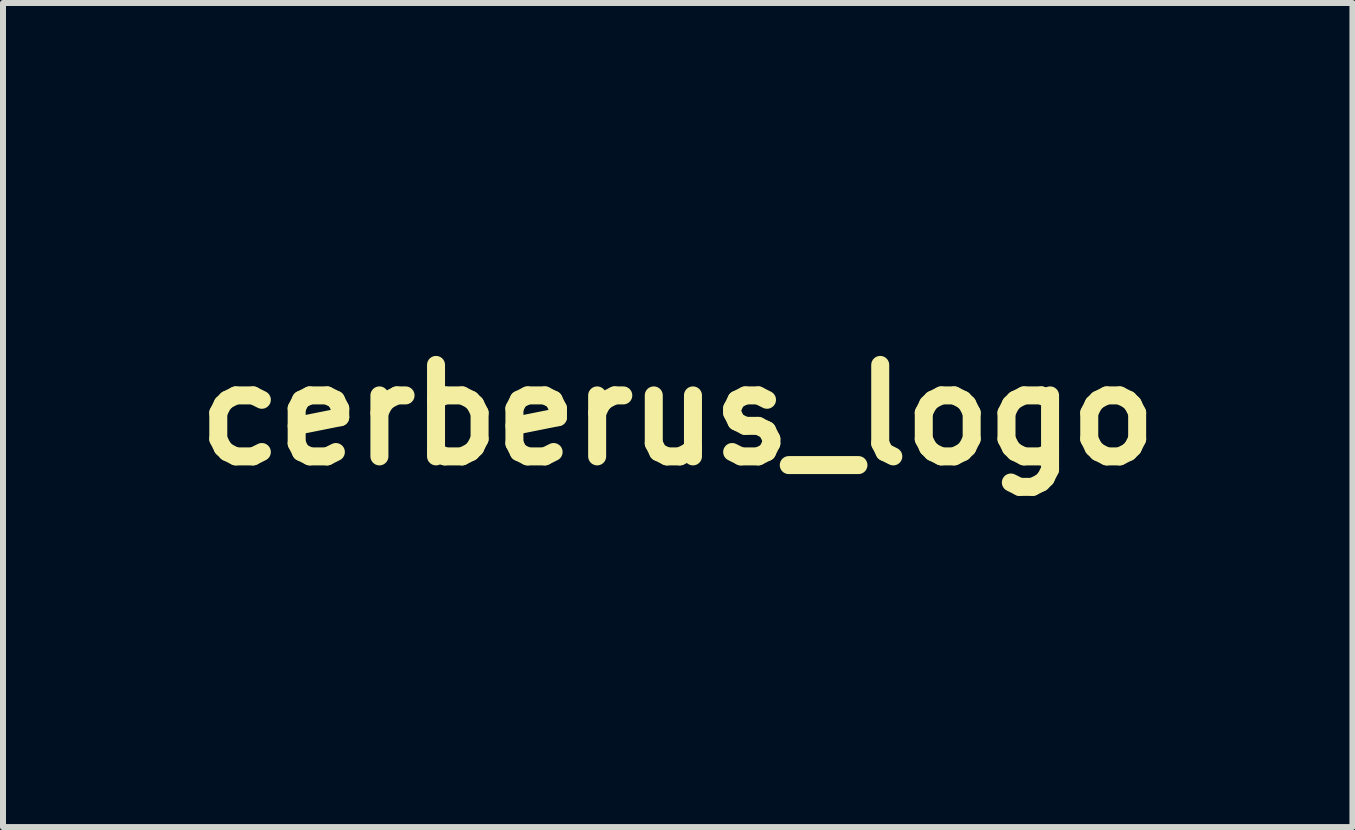
<source format=kicad_pcb>
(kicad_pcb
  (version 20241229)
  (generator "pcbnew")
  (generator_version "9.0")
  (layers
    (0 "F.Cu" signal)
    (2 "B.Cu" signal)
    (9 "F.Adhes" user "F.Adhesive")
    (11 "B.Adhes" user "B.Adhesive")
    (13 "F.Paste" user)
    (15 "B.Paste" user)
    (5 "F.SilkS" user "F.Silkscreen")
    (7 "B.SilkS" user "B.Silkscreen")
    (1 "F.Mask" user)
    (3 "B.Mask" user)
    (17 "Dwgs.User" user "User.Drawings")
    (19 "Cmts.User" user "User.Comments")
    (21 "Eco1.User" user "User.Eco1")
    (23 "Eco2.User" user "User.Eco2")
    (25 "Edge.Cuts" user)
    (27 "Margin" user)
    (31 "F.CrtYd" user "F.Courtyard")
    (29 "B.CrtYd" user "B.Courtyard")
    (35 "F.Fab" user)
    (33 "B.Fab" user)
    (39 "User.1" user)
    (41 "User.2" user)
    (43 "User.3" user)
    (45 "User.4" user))
  (footprint "cerberus_logo"
    (layer "F.Cu")
    (at 8.244 3.866)
    (property "Reference" "cerberus_logo" (at 0 0 0) (layer "F.SilkS") (effects (font (size 1.524 1.524) (thickness 0.3))))
    (attr through_hole)
    (fp_poly (pts (xy -2.672 0.102) (xy -3.211 0.102) (xy -3.211 -0.152) (xy -2.672 -0.152) (xy -2.672 0.102)) (stroke (width 0.01) (type solid)) (fill no) (layer "Eco2.User"))
    (fp_poly (pts (xy -2.611 0.61) (xy -3.221 0.61) (xy -3.221 0.335) (xy -2.611 0.335) (xy -2.611 0.61)) (stroke (width 0.01) (type solid)) (fill no) (layer "Eco2.User"))
    (fp_poly (pts (xy 1.026 0.61) (xy 0.417 0.61) (xy 0.417 0.335) (xy 1.026 0.335) (xy 1.026 0.61)) (stroke (width 0.01) (type solid)) (fill no) (layer "Eco2.User"))
    (fp_poly (pts (xy 0.965 0.102) (xy 0.696 0.102) (xy 0.611 0.101) (xy 0.545 0.101) (xy 0.495 0.1) (xy 0.46 0.098) (xy 0.437 0.095) (xy 0.425 0.092) (xy 0.421 0.088) (xy 0.419 0.073) (xy 0.418 0.042) (xy 0.418 0.001) (xy 0.419 -0.036) (xy 0.422 -0.147) (xy 0.965 -0.153) (xy 0.965 0.102)) (stroke (width 0.01) (type solid)) (fill no) (layer "Eco2.User"))
    (fp_poly (pts (xy -2.626 -0.34) (xy -2.919 -0.338) (xy -3.006 -0.337) (xy -3.076 -0.337) (xy -3.129 -0.337) (xy -3.167 -0.339) (xy -3.193 -0.341) (xy -3.209 -0.344) (xy -3.216 -0.347) (xy -3.216 -0.348) (xy -3.218 -0.364) (xy -3.219 -0.394) (xy -3.219 -0.436) (xy -3.219 -0.478) (xy -3.216 -0.594) (xy -2.626 -0.594) (xy -2.626 -0.34)) (stroke (width 0.01) (type solid)) (fill no) (layer "Eco2.User"))
    (fp_poly (pts (xy 1.006 -0.335) (xy 0.716 -0.335) (xy 0.628 -0.335) (xy 0.559 -0.336) (xy 0.506 -0.337) (xy 0.467 -0.339) (xy 0.442 -0.341) (xy 0.427 -0.344) (xy 0.421 -0.348) (xy 0.421 -0.349) (xy 0.419 -0.364) (xy 0.418 -0.394) (xy 0.418 -0.436) (xy 0.419 -0.478) (xy 0.422 -0.594) (xy 1.006 -0.6) (xy 1.006 -0.335)) (stroke (width 0.01) (type solid)) (fill no) (layer "Eco2.User"))
    (fp_poly (pts (xy -3.373 -2.54) (xy -3.564 -2.541) (xy -3.625 -2.541) (xy -3.681 -2.543) (xy -3.727 -2.545) (xy -3.76 -2.547) (xy -3.776 -2.55) (xy -3.799 -2.566) (xy -3.813 -2.593) (xy -3.819 -2.634) (xy -3.82 -2.661) (xy -3.819 -2.696) (xy -3.814 -2.718) (xy -3.804 -2.734) (xy -3.793 -2.742) (xy -3.783 -2.75) (xy -3.771 -2.755) (xy -3.753 -2.759) (xy -3.728 -2.761) (xy -3.692 -2.763) (xy -3.642 -2.763) (xy -3.575 -2.764) (xy -3.373 -2.764) (xy -3.373 -2.54)) (stroke (width 0.01) (type solid)) (fill no) (layer "Eco2.User"))
    (fp_poly (pts (xy -3.373 1.951) (xy -3.564 1.95) (xy -3.637 1.95) (xy -3.697 1.948) (xy -3.741 1.945) (xy -3.768 1.941) (xy -3.774 1.939) (xy -3.799 1.921) (xy -3.813 1.897) (xy -3.819 1.862) (xy -3.82 1.833) (xy -3.819 1.796) (xy -3.815 1.774) (xy -3.805 1.759) (xy -3.793 1.748) (xy -3.783 1.741) (xy -3.771 1.736) (xy -3.753 1.732) (xy -3.728 1.729) (xy -3.692 1.728) (xy -3.642 1.727) (xy -3.575 1.727) (xy -3.373 1.727) (xy -3.373 1.951)) (stroke (width 0.01) (type solid)) (fill no) (layer "Eco2.User"))
    (fp_poly (pts (xy -2.54 3.602) (xy -2.54 3.681) (xy -2.542 3.742) (xy -2.547 3.788) (xy -2.555 3.82) (xy -2.568 3.841) (xy -2.587 3.853) (xy -2.612 3.859) (xy -2.646 3.861) (xy -2.662 3.861) (xy -2.697 3.86) (xy -2.719 3.855) (xy -2.735 3.843) (xy -2.742 3.834) (xy -2.75 3.824) (xy -2.755 3.811) (xy -2.759 3.794) (xy -2.761 3.769) (xy -2.763 3.733) (xy -2.763 3.682) (xy -2.764 3.615) (xy -2.764 3.414) (xy -2.54 3.414) (xy -2.54 3.602)) (stroke (width 0.01) (type solid)) (fill no) (layer "Eco2.User"))
    (fp_poly (pts (xy -0.58 -3.86) (xy -0.552 -3.855) (xy -0.532 -3.844) (xy -0.517 -3.825) (xy -0.507 -3.795) (xy -0.502 -3.753) (xy -0.499 -3.695) (xy -0.498 -3.62) (xy -0.498 -3.595) (xy -0.498 -3.414) (xy -0.721 -3.414) (xy -0.721 -3.615) (xy -0.721 -3.684) (xy -0.721 -3.735) (xy -0.72 -3.772) (xy -0.718 -3.798) (xy -0.714 -3.815) (xy -0.709 -3.826) (xy -0.703 -3.834) (xy -0.698 -3.839) (xy -0.678 -3.852) (xy -0.652 -3.859) (xy -0.616 -3.861) (xy -0.58 -3.86)) (stroke (width 0.01) (type solid)) (fill no) (layer "Eco2.User"))
    (fp_poly (pts (xy 1.868 -3.86) (xy 1.896 -3.856) (xy 1.917 -3.846) (xy 1.932 -3.829) (xy 1.941 -3.801) (xy 1.947 -3.76) (xy 1.95 -3.705) (xy 1.951 -3.633) (xy 1.951 -3.602) (xy 1.951 -3.414) (xy 1.727 -3.414) (xy 1.727 -3.615) (xy 1.727 -3.684) (xy 1.728 -3.735) (xy 1.729 -3.772) (xy 1.731 -3.798) (xy 1.734 -3.815) (xy 1.739 -3.826) (xy 1.746 -3.834) (xy 1.751 -3.839) (xy 1.771 -3.853) (xy 1.798 -3.859) (xy 1.831 -3.861) (xy 1.868 -3.86)) (stroke (width 0.01) (type solid)) (fill no) (layer "Eco2.User"))
    (fp_poly (pts (xy -3.373 -1.727) (xy -3.57 -1.727) (xy -3.638 -1.727) (xy -3.689 -1.728) (xy -3.726 -1.729) (xy -3.752 -1.732) (xy -3.77 -1.735) (xy -3.782 -1.741) (xy -3.793 -1.748) (xy -3.793 -1.748) (xy -3.809 -1.763) (xy -3.817 -1.781) (xy -3.82 -1.808) (xy -3.82 -1.829) (xy -3.819 -1.866) (xy -3.815 -1.895) (xy -3.806 -1.916) (xy -3.789 -1.931) (xy -3.761 -1.941) (xy -3.721 -1.947) (xy -3.667 -1.95) (xy -3.595 -1.951) (xy -3.562 -1.951) (xy -3.373 -1.951) (xy -3.373 -1.727)) (stroke (width 0.01) (type solid)) (fill no) (layer "Eco2.User"))
    (fp_poly (pts (xy -2.625 -3.86) (xy -2.596 -3.856) (xy -2.574 -3.847) (xy -2.559 -3.829) (xy -2.549 -3.802) (xy -2.544 -3.762) (xy -2.541 -3.707) (xy -2.54 -3.635) (xy -2.54 -3.602) (xy -2.54 -3.414) (xy -2.764 -3.414) (xy -2.764 -3.611) (xy -2.763 -3.679) (xy -2.763 -3.73) (xy -2.761 -3.767) (xy -2.759 -3.793) (xy -2.755 -3.81) (xy -2.75 -3.823) (xy -2.743 -3.833) (xy -2.742 -3.834) (xy -2.728 -3.849) (xy -2.71 -3.858) (xy -2.683 -3.861) (xy -2.662 -3.861) (xy -2.625 -3.86)) (stroke (width 0.01) (type solid)) (fill no) (layer "Eco2.User"))
    (fp_poly (pts (xy -1.388 -3.859) (xy -1.364 -3.853) (xy -1.347 -3.841) (xy -1.343 -3.837) (xy -1.335 -3.828) (xy -1.33 -3.818) (xy -1.326 -3.803) (xy -1.323 -3.78) (xy -1.322 -3.747) (xy -1.321 -3.701) (xy -1.321 -3.638) (xy -1.321 -3.614) (xy -1.321 -3.414) (xy -1.544 -3.414) (xy -1.544 -3.595) (xy -1.544 -3.676) (xy -1.542 -3.738) (xy -1.537 -3.784) (xy -1.528 -3.818) (xy -1.515 -3.839) (xy -1.496 -3.852) (xy -1.47 -3.859) (xy -1.437 -3.861) (xy -1.425 -3.861) (xy -1.388 -3.859)) (stroke (width 0.01) (type solid)) (fill no) (layer "Eco2.User"))
    (fp_poly (pts (xy -0.498 3.595) (xy -0.498 3.676) (xy -0.5 3.738) (xy -0.505 3.784) (xy -0.514 3.818) (xy -0.527 3.839) (xy -0.546 3.852) (xy -0.572 3.859) (xy -0.605 3.861) (xy -0.617 3.861) (xy -0.654 3.859) (xy -0.678 3.853) (xy -0.695 3.841) (xy -0.699 3.837) (xy -0.707 3.828) (xy -0.712 3.818) (xy -0.716 3.803) (xy -0.719 3.78) (xy -0.72 3.747) (xy -0.721 3.701) (xy -0.721 3.638) (xy -0.721 3.614) (xy -0.721 3.414) (xy -0.498 3.414) (xy -0.498 3.595)) (stroke (width 0.01) (type solid)) (fill no) (layer "Eco2.User"))
    (fp_poly (pts (xy 0.655 -3.86) (xy 0.677 -3.855) (xy 0.692 -3.843) (xy 0.7 -3.834) (xy 0.708 -3.824) (xy 0.713 -3.811) (xy 0.717 -3.794) (xy 0.719 -3.769) (xy 0.721 -3.733) (xy 0.721 -3.682) (xy 0.721 -3.615) (xy 0.721 -3.611) (xy 0.721 -3.414) (xy 0.498 -3.414) (xy 0.498 -3.602) (xy 0.498 -3.681) (xy 0.5 -3.742) (xy 0.505 -3.788) (xy 0.513 -3.82) (xy 0.526 -3.841) (xy 0.545 -3.853) (xy 0.57 -3.859) (xy 0.604 -3.861) (xy 0.62 -3.861) (xy 0.655 -3.86)) (stroke (width 0.01) (type solid)) (fill no) (layer "Eco2.User"))
    (fp_poly (pts (xy 1.951 3.602) (xy 1.95 3.681) (xy 1.948 3.742) (xy 1.944 3.788) (xy 1.936 3.82) (xy 1.923 3.841) (xy 1.904 3.853) (xy 1.878 3.859) (xy 1.845 3.861) (xy 1.83 3.861) (xy 1.793 3.859) (xy 1.77 3.853) (xy 1.752 3.84) (xy 1.749 3.837) (xy 1.742 3.828) (xy 1.736 3.818) (xy 1.732 3.803) (xy 1.73 3.78) (xy 1.728 3.747) (xy 1.727 3.701) (xy 1.727 3.638) (xy 1.727 3.614) (xy 1.727 3.414) (xy 1.951 3.414) (xy 1.951 3.602)) (stroke (width 0.01) (type solid)) (fill no) (layer "Eco2.User"))
    (fp_poly (pts (xy 3.64 -2.763) (xy 3.691 -2.763) (xy 3.727 -2.762) (xy 3.752 -2.76) (xy 3.769 -2.756) (xy 3.781 -2.751) (xy 3.79 -2.744) (xy 3.795 -2.739) (xy 3.811 -2.719) (xy 3.818 -2.695) (xy 3.82 -2.659) (xy 3.82 -2.658) (xy 3.819 -2.622) (xy 3.815 -2.594) (xy 3.805 -2.573) (xy 3.787 -2.559) (xy 3.759 -2.549) (xy 3.719 -2.544) (xy 3.663 -2.541) (xy 3.59 -2.54) (xy 3.562 -2.54) (xy 3.373 -2.54) (xy 3.373 -2.764) (xy 3.572 -2.764) (xy 3.64 -2.763)) (stroke (width 0.01) (type solid)) (fill no) (layer "Eco2.User"))
    (fp_poly (pts (xy 3.64 1.727) (xy 3.691 1.728) (xy 3.727 1.729) (xy 3.752 1.731) (xy 3.769 1.734) (xy 3.781 1.74) (xy 3.79 1.747) (xy 3.795 1.752) (xy 3.811 1.772) (xy 3.818 1.796) (xy 3.82 1.831) (xy 3.82 1.833) (xy 3.819 1.869) (xy 3.815 1.897) (xy 3.805 1.917) (xy 3.787 1.932) (xy 3.759 1.942) (xy 3.719 1.947) (xy 3.663 1.95) (xy 3.59 1.951) (xy 3.562 1.951) (xy 3.373 1.951) (xy 3.373 1.727) (xy 3.572 1.727) (xy 3.64 1.727)) (stroke (width 0.01) (type solid)) (fill no) (layer "Eco2.User"))
    (fp_poly (pts (xy 3.641 -1.95) (xy 3.702 -1.948) (xy 3.747 -1.944) (xy 3.779 -1.936) (xy 3.8 -1.923) (xy 3.812 -1.904) (xy 3.818 -1.879) (xy 3.82 -1.846) (xy 3.82 -1.833) (xy 3.818 -1.796) (xy 3.811 -1.772) (xy 3.796 -1.753) (xy 3.795 -1.752) (xy 3.786 -1.744) (xy 3.777 -1.737) (xy 3.763 -1.733) (xy 3.744 -1.73) (xy 3.714 -1.728) (xy 3.672 -1.727) (xy 3.615 -1.727) (xy 3.572 -1.727) (xy 3.373 -1.727) (xy 3.373 -1.951) (xy 3.562 -1.951) (xy 3.641 -1.95)) (stroke (width 0.01) (type solid)) (fill no) (layer "Eco2.User"))
    (fp_poly (pts (xy 3.641 2.54) (xy 3.702 2.542) (xy 3.747 2.547) (xy 3.779 2.555) (xy 3.8 2.568) (xy 3.812 2.586) (xy 3.818 2.612) (xy 3.82 2.645) (xy 3.82 2.658) (xy 3.818 2.694) (xy 3.811 2.718) (xy 3.796 2.738) (xy 3.795 2.739) (xy 3.786 2.747) (xy 3.777 2.753) (xy 3.763 2.758) (xy 3.744 2.761) (xy 3.714 2.762) (xy 3.672 2.763) (xy 3.615 2.764) (xy 3.572 2.764) (xy 3.373 2.764) (xy 3.373 2.54) (xy 3.562 2.54) (xy 3.641 2.54)) (stroke (width 0.01) (type solid)) (fill no) (layer "Eco2.User"))
    (fp_poly (pts (xy 3.643 1.321) (xy 3.695 1.321) (xy 3.732 1.322) (xy 3.757 1.324) (xy 3.774 1.328) (xy 3.785 1.333) (xy 3.794 1.34) (xy 3.798 1.344) (xy 3.814 1.373) (xy 3.821 1.412) (xy 3.82 1.454) (xy 3.811 1.49) (xy 3.797 1.511) (xy 3.788 1.519) (xy 3.777 1.524) (xy 3.76 1.528) (xy 3.736 1.531) (xy 3.7 1.533) (xy 3.65 1.534) (xy 3.583 1.536) (xy 3.574 1.536) (xy 3.373 1.539) (xy 3.373 1.321) (xy 3.575 1.321) (xy 3.643 1.321)) (stroke (width 0.01) (type solid)) (fill no) (layer "Eco2.User"))
    (fp_poly (pts (xy -1.321 3.615) (xy -1.321 3.684) (xy -1.321 3.735) (xy -1.322 3.772) (xy -1.324 3.798) (xy -1.328 3.815) (xy -1.333 3.826) (xy -1.34 3.834) (xy -1.344 3.839) (xy -1.363 3.852) (xy -1.388 3.859) (xy -1.426 3.861) (xy -1.429 3.861) (xy -1.464 3.859) (xy -1.494 3.853) (xy -1.506 3.848) (xy -1.519 3.835) (xy -1.529 3.816) (xy -1.536 3.788) (xy -1.541 3.75) (xy -1.543 3.697) (xy -1.544 3.628) (xy -1.544 3.596) (xy -1.544 3.414) (xy -1.321 3.414) (xy -1.321 3.615)) (stroke (width 0.01) (type solid)) (fill no) (layer "Eco2.User"))
    (fp_poly (pts (xy -0.093 3.618) (xy -0.095 3.687) (xy -0.096 3.739) (xy -0.097 3.776) (xy -0.1 3.802) (xy -0.103 3.819) (xy -0.108 3.829) (xy -0.115 3.837) (xy -0.121 3.841) (xy -0.142 3.854) (xy -0.174 3.86) (xy -0.209 3.861) (xy -0.245 3.86) (xy -0.268 3.856) (xy -0.283 3.846) (xy -0.294 3.834) (xy -0.301 3.824) (xy -0.307 3.811) (xy -0.31 3.794) (xy -0.313 3.769) (xy -0.314 3.733) (xy -0.315 3.682) (xy -0.315 3.615) (xy -0.315 3.414) (xy -0.09 3.414) (xy -0.093 3.618)) (stroke (width 0.01) (type solid)) (fill no) (layer "Eco2.User"))
    (fp_poly (pts (xy 0.721 3.611) (xy 0.721 3.679) (xy 0.721 3.73) (xy 0.719 3.767) (xy 0.717 3.793) (xy 0.713 3.81) (xy 0.708 3.823) (xy 0.701 3.833) (xy 0.7 3.834) (xy 0.686 3.849) (xy 0.67 3.857) (xy 0.645 3.86) (xy 0.616 3.86) (xy 0.581 3.859) (xy 0.553 3.856) (xy 0.541 3.854) (xy 0.527 3.845) (xy 0.516 3.829) (xy 0.508 3.804) (xy 0.503 3.767) (xy 0.499 3.716) (xy 0.498 3.648) (xy 0.498 3.602) (xy 0.498 3.414) (xy 0.721 3.414) (xy 0.721 3.611)) (stroke (width 0.01) (type solid)) (fill no) (layer "Eco2.User"))
    (fp_poly (pts (xy 2.355 3.618) (xy 2.354 3.687) (xy 2.353 3.739) (xy 2.351 3.776) (xy 2.349 3.802) (xy 2.345 3.819) (xy 2.34 3.829) (xy 2.333 3.837) (xy 2.328 3.841) (xy 2.306 3.854) (xy 2.275 3.86) (xy 2.24 3.861) (xy 2.203 3.86) (xy 2.181 3.856) (xy 2.165 3.846) (xy 2.155 3.834) (xy 2.147 3.824) (xy 2.142 3.811) (xy 2.138 3.794) (xy 2.136 3.769) (xy 2.134 3.733) (xy 2.134 3.682) (xy 2.134 3.615) (xy 2.134 3.414) (xy 2.358 3.414) (xy 2.355 3.618)) (stroke (width 0.01) (type solid)) (fill no) (layer "Eco2.User"))
    (fp_poly (pts (xy -3.373 2.357) (xy -3.572 2.357) (xy -3.64 2.357) (xy -3.691 2.357) (xy -3.727 2.356) (xy -3.752 2.353) (xy -3.769 2.35) (xy -3.781 2.345) (xy -3.79 2.338) (xy -3.795 2.332) (xy -3.809 2.315) (xy -3.817 2.295) (xy -3.82 2.266) (xy -3.82 2.241) (xy -3.819 2.205) (xy -3.815 2.182) (xy -3.806 2.166) (xy -3.793 2.155) (xy -3.783 2.147) (xy -3.771 2.142) (xy -3.753 2.138) (xy -3.728 2.136) (xy -3.692 2.134) (xy -3.642 2.134) (xy -3.575 2.134) (xy -3.373 2.134) (xy -3.373 2.357)) (stroke (width 0.01) (type solid)) (fill no) (layer "Eco2.User"))
    (fp_poly (pts (xy -3.373 2.764) (xy -3.57 2.764) (xy -3.638 2.763) (xy -3.689 2.763) (xy -3.726 2.761) (xy -3.752 2.759) (xy -3.77 2.755) (xy -3.782 2.75) (xy -3.793 2.743) (xy -3.793 2.742) (xy -3.808 2.728) (xy -3.816 2.712) (xy -3.82 2.687) (xy -3.82 2.657) (xy -3.818 2.615) (xy -3.811 2.586) (xy -3.801 2.569) (xy -3.794 2.561) (xy -3.785 2.555) (xy -3.772 2.55) (xy -3.753 2.547) (xy -3.723 2.545) (xy -3.68 2.544) (xy -3.622 2.543) (xy -3.577 2.542) (xy -3.373 2.539) (xy -3.373 2.764)) (stroke (width 0.01) (type solid)) (fill no) (layer "Eco2.User"))
    (fp_poly (pts (xy -2.134 3.612) (xy -2.134 3.681) (xy -2.134 3.731) (xy -2.135 3.768) (xy -2.137 3.793) (xy -2.141 3.81) (xy -2.146 3.821) (xy -2.153 3.83) (xy -2.159 3.836) (xy -2.176 3.85) (xy -2.196 3.857) (xy -2.225 3.86) (xy -2.249 3.861) (xy -2.286 3.86) (xy -2.309 3.856) (xy -2.324 3.847) (xy -2.336 3.834) (xy -2.343 3.824) (xy -2.349 3.811) (xy -2.353 3.794) (xy -2.355 3.769) (xy -2.356 3.733) (xy -2.357 3.682) (xy -2.357 3.615) (xy -2.357 3.414) (xy -2.134 3.414) (xy -2.134 3.612)) (stroke (width 0.01) (type solid)) (fill no) (layer "Eco2.User"))
    (fp_poly (pts (xy -1.797 -3.86) (xy -1.774 -3.856) (xy -1.759 -3.846) (xy -1.748 -3.834) (xy -1.741 -3.824) (xy -1.736 -3.811) (xy -1.732 -3.794) (xy -1.729 -3.769) (xy -1.728 -3.733) (xy -1.727 -3.682) (xy -1.727 -3.615) (xy -1.727 -3.611) (xy -1.727 -3.414) (xy -1.952 -3.414) (xy -1.949 -3.618) (xy -1.948 -3.687) (xy -1.946 -3.739) (xy -1.945 -3.776) (xy -1.942 -3.802) (xy -1.939 -3.819) (xy -1.934 -3.829) (xy -1.927 -3.837) (xy -1.922 -3.841) (xy -1.9 -3.854) (xy -1.868 -3.86) (xy -1.833 -3.861) (xy -1.797 -3.86)) (stroke (width 0.01) (type solid)) (fill no) (layer "Eco2.User"))
    (fp_poly (pts (xy -1.727 3.611) (xy -1.727 3.679) (xy -1.728 3.73) (xy -1.729 3.767) (xy -1.732 3.793) (xy -1.735 3.81) (xy -1.741 3.823) (xy -1.748 3.833) (xy -1.748 3.834) (xy -1.762 3.849) (xy -1.779 3.857) (xy -1.804 3.86) (xy -1.833 3.861) (xy -1.876 3.859) (xy -1.905 3.851) (xy -1.922 3.841) (xy -1.93 3.834) (xy -1.936 3.826) (xy -1.94 3.813) (xy -1.943 3.793) (xy -1.945 3.764) (xy -1.947 3.721) (xy -1.948 3.663) (xy -1.949 3.618) (xy -1.952 3.414) (xy -1.727 3.414) (xy -1.727 3.611)) (stroke (width 0.01) (type solid)) (fill no) (layer "Eco2.User"))
    (fp_poly (pts (xy -0.166 -3.859) (xy -0.137 -3.851) (xy -0.121 -3.841) (xy -0.112 -3.834) (xy -0.106 -3.826) (xy -0.102 -3.813) (xy -0.099 -3.793) (xy -0.097 -3.764) (xy -0.095 -3.721) (xy -0.094 -3.663) (xy -0.093 -3.618) (xy -0.09 -3.414) (xy -0.315 -3.414) (xy -0.315 -3.611) (xy -0.315 -3.679) (xy -0.314 -3.73) (xy -0.313 -3.767) (xy -0.311 -3.793) (xy -0.307 -3.81) (xy -0.302 -3.823) (xy -0.294 -3.833) (xy -0.294 -3.834) (xy -0.28 -3.849) (xy -0.263 -3.857) (xy -0.238 -3.86) (xy -0.209 -3.861) (xy -0.166 -3.859)) (stroke (width 0.01) (type solid)) (fill no) (layer "Eco2.User"))
    (fp_poly (pts (xy 2.283 -3.859) (xy 2.311 -3.851) (xy 2.328 -3.841) (xy 2.336 -3.834) (xy 2.342 -3.826) (xy 2.347 -3.813) (xy 2.35 -3.793) (xy 2.352 -3.764) (xy 2.353 -3.721) (xy 2.354 -3.663) (xy 2.355 -3.618) (xy 2.358 -3.414) (xy 2.134 -3.414) (xy 2.134 -3.611) (xy 2.134 -3.679) (xy 2.134 -3.73) (xy 2.136 -3.767) (xy 2.138 -3.793) (xy 2.142 -3.81) (xy 2.147 -3.823) (xy 2.154 -3.833) (xy 2.155 -3.834) (xy 2.169 -3.849) (xy 2.185 -3.857) (xy 2.21 -3.86) (xy 2.24 -3.861) (xy 2.283 -3.859)) (stroke (width 0.01) (type solid)) (fill no) (layer "Eco2.User"))
    (fp_poly (pts (xy -3.373 -2.134) (xy -3.57 -2.134) (xy -3.638 -2.134) (xy -3.689 -2.134) (xy -3.726 -2.136) (xy -3.752 -2.138) (xy -3.77 -2.142) (xy -3.782 -2.147) (xy -3.793 -2.154) (xy -3.793 -2.155) (xy -3.808 -2.168) (xy -3.816 -2.185) (xy -3.82 -2.209) (xy -3.82 -2.241) (xy -3.819 -2.28) (xy -3.814 -2.304) (xy -3.804 -2.322) (xy -3.795 -2.332) (xy -3.786 -2.341) (xy -3.777 -2.347) (xy -3.763 -2.352) (xy -3.744 -2.354) (xy -3.714 -2.356) (xy -3.672 -2.357) (xy -3.615 -2.357) (xy -3.572 -2.357) (xy -3.373 -2.357) (xy -3.373 -2.134)) (stroke (width 0.01) (type solid)) (fill no) (layer "Eco2.User"))
    (fp_poly (pts (xy -2.211 -3.86) (xy -2.186 -3.855) (xy -2.168 -3.845) (xy -2.159 -3.836) (xy -2.15 -3.827) (xy -2.144 -3.817) (xy -2.139 -3.804) (xy -2.136 -3.784) (xy -2.135 -3.755) (xy -2.134 -3.713) (xy -2.134 -3.656) (xy -2.134 -3.612) (xy -2.134 -3.414) (xy -2.357 -3.414) (xy -2.357 -3.611) (xy -2.357 -3.679) (xy -2.356 -3.73) (xy -2.355 -3.767) (xy -2.353 -3.793) (xy -2.349 -3.81) (xy -2.344 -3.823) (xy -2.337 -3.833) (xy -2.336 -3.834) (xy -2.322 -3.849) (xy -2.306 -3.857) (xy -2.281 -3.86) (xy -2.249 -3.861) (xy -2.211 -3.86)) (stroke (width 0.01) (type solid)) (fill no) (layer "Eco2.User"))
    (fp_poly (pts (xy 2.693 -3.86) (xy 2.716 -3.856) (xy 2.731 -3.847) (xy 2.742 -3.834) (xy 2.75 -3.824) (xy 2.755 -3.811) (xy 2.759 -3.794) (xy 2.761 -3.769) (xy 2.763 -3.733) (xy 2.763 -3.682) (xy 2.764 -3.615) (xy 2.764 -3.611) (xy 2.764 -3.414) (xy 2.54 -3.414) (xy 2.54 -3.612) (xy 2.54 -3.681) (xy 2.54 -3.731) (xy 2.542 -3.768) (xy 2.544 -3.793) (xy 2.547 -3.81) (xy 2.552 -3.821) (xy 2.559 -3.83) (xy 2.565 -3.836) (xy 2.582 -3.85) (xy 2.602 -3.857) (xy 2.632 -3.86) (xy 2.656 -3.861) (xy 2.693 -3.86)) (stroke (width 0.01) (type solid)) (fill no) (layer "Eco2.User"))
    (fp_poly (pts (xy 2.764 3.611) (xy 2.763 3.679) (xy 2.763 3.73) (xy 2.761 3.767) (xy 2.759 3.793) (xy 2.755 3.81) (xy 2.75 3.823) (xy 2.743 3.833) (xy 2.742 3.834) (xy 2.729 3.849) (xy 2.713 3.857) (xy 2.688 3.86) (xy 2.656 3.861) (xy 2.617 3.86) (xy 2.593 3.855) (xy 2.575 3.845) (xy 2.565 3.836) (xy 2.556 3.827) (xy 2.55 3.817) (xy 2.546 3.804) (xy 2.543 3.784) (xy 2.541 3.755) (xy 2.54 3.713) (xy 2.54 3.656) (xy 2.54 3.612) (xy 2.54 3.414) (xy 2.764 3.414) (xy 2.764 3.611)) (stroke (width 0.01) (type solid)) (fill no) (layer "Eco2.User"))
    (fp_poly (pts (xy 3.574 -1.536) (xy 3.643 -1.535) (xy 3.695 -1.533) (xy 3.732 -1.531) (xy 3.758 -1.528) (xy 3.775 -1.525) (xy 3.787 -1.519) (xy 3.796 -1.512) (xy 3.797 -1.511) (xy 3.811 -1.495) (xy 3.818 -1.474) (xy 3.82 -1.442) (xy 3.82 -1.427) (xy 3.819 -1.39) (xy 3.814 -1.366) (xy 3.803 -1.349) (xy 3.797 -1.343) (xy 3.788 -1.335) (xy 3.777 -1.33) (xy 3.762 -1.326) (xy 3.74 -1.323) (xy 3.707 -1.322) (xy 3.66 -1.321) (xy 3.598 -1.321) (xy 3.573 -1.321) (xy 3.373 -1.321) (xy 3.373 -1.539) (xy 3.574 -1.536)) (stroke (width 0.01) (type solid)) (fill no) (layer "Eco2.User"))
    (fp_poly (pts (xy 3.64 -2.357) (xy 3.691 -2.357) (xy 3.727 -2.356) (xy 3.752 -2.353) (xy 3.769 -2.35) (xy 3.781 -2.345) (xy 3.79 -2.338) (xy 3.795 -2.332) (xy 3.81 -2.314) (xy 3.817 -2.293) (xy 3.82 -2.262) (xy 3.82 -2.245) (xy 3.819 -2.208) (xy 3.813 -2.184) (xy 3.802 -2.165) (xy 3.795 -2.159) (xy 3.786 -2.15) (xy 3.777 -2.144) (xy 3.763 -2.139) (xy 3.744 -2.136) (xy 3.714 -2.135) (xy 3.672 -2.134) (xy 3.615 -2.134) (xy 3.572 -2.134) (xy 3.373 -2.134) (xy 3.373 -2.357) (xy 3.572 -2.357) (xy 3.64 -2.357)) (stroke (width 0.01) (type solid)) (fill no) (layer "Eco2.User"))
    (fp_poly (pts (xy 3.64 2.134) (xy 3.691 2.134) (xy 3.727 2.135) (xy 3.752 2.137) (xy 3.769 2.141) (xy 3.781 2.146) (xy 3.79 2.153) (xy 3.795 2.159) (xy 3.81 2.176) (xy 3.817 2.198) (xy 3.82 2.229) (xy 3.82 2.245) (xy 3.819 2.283) (xy 3.813 2.307) (xy 3.802 2.325) (xy 3.795 2.332) (xy 3.786 2.341) (xy 3.777 2.347) (xy 3.763 2.352) (xy 3.744 2.354) (xy 3.714 2.356) (xy 3.672 2.357) (xy 3.615 2.357) (xy 3.572 2.357) (xy 3.373 2.357) (xy 3.373 2.134) (xy 3.572 2.134) (xy 3.64 2.134)) (stroke (width 0.01) (type solid)) (fill no) (layer "Eco2.User"))
    (fp_poly (pts (xy -3.373 -1.321) (xy -3.575 -1.321) (xy -3.643 -1.321) (xy -3.695 -1.321) (xy -3.732 -1.322) (xy -3.757 -1.324) (xy -3.774 -1.328) (xy -3.785 -1.333) (xy -3.794 -1.34) (xy -3.798 -1.344) (xy -3.811 -1.363) (xy -3.818 -1.387) (xy -3.82 -1.423) (xy -3.82 -1.431) (xy -3.82 -1.465) (xy -3.816 -1.491) (xy -3.807 -1.509) (xy -3.789 -1.522) (xy -3.761 -1.529) (xy -3.72 -1.533) (xy -3.662 -1.534) (xy -3.608 -1.534) (xy -3.549 -1.535) (xy -3.494 -1.536) (xy -3.449 -1.537) (xy -3.417 -1.539) (xy -3.405 -1.541) (xy -3.373 -1.547) (xy -3.373 -1.321)) (stroke (width 0.01) (type solid)) (fill no) (layer "Eco2.User"))
    (fp_poly (pts (xy 0.315 3.611) (xy 0.315 3.679) (xy 0.314 3.73) (xy 0.313 3.767) (xy 0.311 3.793) (xy 0.307 3.81) (xy 0.302 3.823) (xy 0.294 3.833) (xy 0.294 3.834) (xy 0.281 3.848) (xy 0.265 3.856) (xy 0.242 3.86) (xy 0.204 3.861) (xy 0.203 3.861) (xy 0.165 3.86) (xy 0.142 3.857) (xy 0.126 3.849) (xy 0.113 3.834) (xy 0.112 3.834) (xy 0.105 3.824) (xy 0.1 3.811) (xy 0.096 3.794) (xy 0.094 3.769) (xy 0.092 3.733) (xy 0.092 3.682) (xy 0.091 3.615) (xy 0.091 3.414) (xy 0.315 3.414) (xy 0.315 3.611)) (stroke (width 0.01) (type solid)) (fill no) (layer "Eco2.User"))
    (fp_poly (pts (xy 1.057 -3.86) (xy 1.081 -3.855) (xy 1.098 -3.844) (xy 1.106 -3.837) (xy 1.113 -3.828) (xy 1.119 -3.818) (xy 1.123 -3.803) (xy 1.125 -3.78) (xy 1.127 -3.747) (xy 1.128 -3.701) (xy 1.128 -3.638) (xy 1.128 -3.614) (xy 1.128 -3.414) (xy 0.902 -3.414) (xy 0.908 -3.446) (xy 0.91 -3.466) (xy 0.912 -3.503) (xy 0.913 -3.552) (xy 0.914 -3.608) (xy 0.914 -3.649) (xy 0.915 -3.719) (xy 0.916 -3.772) (xy 0.921 -3.81) (xy 0.93 -3.835) (xy 0.943 -3.85) (xy 0.964 -3.858) (xy 0.992 -3.86) (xy 1.019 -3.861) (xy 1.057 -3.86)) (stroke (width 0.01) (type solid)) (fill no) (layer "Eco2.User"))
    (fp_poly (pts (xy 1.128 3.615) (xy 1.128 3.684) (xy 1.127 3.735) (xy 1.126 3.772) (xy 1.124 3.798) (xy 1.121 3.815) (xy 1.116 3.826) (xy 1.109 3.834) (xy 1.104 3.839) (xy 1.076 3.854) (xy 1.038 3.861) (xy 0.996 3.862) (xy 0.959 3.854) (xy 0.935 3.84) (xy 0.927 3.832) (xy 0.922 3.82) (xy 0.918 3.802) (xy 0.916 3.776) (xy 0.915 3.737) (xy 0.914 3.682) (xy 0.914 3.649) (xy 0.914 3.589) (xy 0.913 3.535) (xy 0.911 3.489) (xy 0.91 3.457) (xy 0.908 3.446) (xy 0.902 3.414) (xy 1.128 3.414) (xy 1.128 3.615)) (stroke (width 0.01) (type solid)) (fill no) (layer "Eco2.User"))
    (fp_poly (pts (xy 1.547 3.414) (xy 1.541 3.446) (xy 1.538 3.466) (xy 1.537 3.503) (xy 1.535 3.552) (xy 1.534 3.608) (xy 1.534 3.649) (xy 1.534 3.719) (xy 1.532 3.772) (xy 1.528 3.81) (xy 1.519 3.835) (xy 1.505 3.85) (xy 1.485 3.858) (xy 1.457 3.86) (xy 1.429 3.861) (xy 1.391 3.86) (xy 1.367 3.855) (xy 1.35 3.844) (xy 1.344 3.838) (xy 1.336 3.829) (xy 1.331 3.817) (xy 1.327 3.801) (xy 1.324 3.776) (xy 1.322 3.74) (xy 1.321 3.691) (xy 1.319 3.624) (xy 1.319 3.614) (xy 1.316 3.414) (xy 1.547 3.414)) (stroke (width 0.01) (type solid)) (fill no) (layer "Eco2.User"))
    (fp_poly (pts (xy 0.241 -3.86) (xy 0.265 -3.857) (xy 0.28 -3.849) (xy 0.294 -3.834) (xy 0.294 -3.834) (xy 0.301 -3.824) (xy 0.307 -3.811) (xy 0.31 -3.794) (xy 0.313 -3.769) (xy 0.314 -3.733) (xy 0.315 -3.682) (xy 0.315 -3.615) (xy 0.315 -3.611) (xy 0.315 -3.414) (xy 0.091 -3.414) (xy 0.091 -3.611) (xy 0.092 -3.679) (xy 0.092 -3.73) (xy 0.093 -3.767) (xy 0.096 -3.793) (xy 0.1 -3.81) (xy 0.105 -3.823) (xy 0.112 -3.833) (xy 0.112 -3.834) (xy 0.126 -3.848) (xy 0.141 -3.856) (xy 0.165 -3.86) (xy 0.202 -3.861) (xy 0.203 -3.861) (xy 0.241 -3.86)) (stroke (width 0.01) (type solid)) (fill no) (layer "Eco2.User"))
    (fp_poly (pts (xy 1.464 -3.86) (xy 1.49 -3.857) (xy 1.509 -3.847) (xy 1.521 -3.83) (xy 1.529 -3.802) (xy 1.533 -3.761) (xy 1.534 -3.704) (xy 1.534 -3.649) (xy 1.535 -3.589) (xy 1.536 -3.535) (xy 1.537 -3.489) (xy 1.539 -3.457) (xy 1.541 -3.446) (xy 1.547 -3.414) (xy 1.431 -3.414) (xy 1.316 -3.414) (xy 1.319 -3.614) (xy 1.32 -3.684) (xy 1.322 -3.735) (xy 1.324 -3.773) (xy 1.327 -3.798) (xy 1.33 -3.816) (xy 1.336 -3.828) (xy 1.343 -3.837) (xy 1.344 -3.838) (xy 1.359 -3.851) (xy 1.38 -3.858) (xy 1.411 -3.861) (xy 1.429 -3.861) (xy 1.464 -3.86)) (stroke (width 0.01) (type solid)) (fill no) (layer "Eco2.User"))
    (fp_poly (pts (xy -0.983 -3.86) (xy -0.958 -3.855) (xy -0.942 -3.845) (xy -0.935 -3.839) (xy -0.927 -3.829) (xy -0.922 -3.817) (xy -0.918 -3.799) (xy -0.916 -3.772) (xy -0.915 -3.733) (xy -0.914 -3.679) (xy -0.914 -3.647) (xy -0.914 -3.588) (xy -0.913 -3.533) (xy -0.911 -3.488) (xy -0.909 -3.457) (xy -0.908 -3.446) (xy -0.902 -3.414) (xy -1.14 -3.414) (xy -1.134 -3.446) (xy -1.132 -3.466) (xy -1.13 -3.503) (xy -1.129 -3.552) (xy -1.128 -3.608) (xy -1.128 -3.649) (xy -1.127 -3.719) (xy -1.126 -3.772) (xy -1.121 -3.81) (xy -1.113 -3.835) (xy -1.099 -3.85) (xy -1.078 -3.858) (xy -1.05 -3.86) (xy -1.021 -3.861) (xy -0.983 -3.86)) (stroke (width 0.01) (type solid)) (fill no) (layer "Eco2.User"))
    (fp_poly (pts (xy -0.908 3.446) (xy -0.91 3.466) (xy -0.912 3.503) (xy -0.913 3.552) (xy -0.914 3.608) (xy -0.914 3.647) (xy -0.915 3.71) (xy -0.915 3.756) (xy -0.917 3.788) (xy -0.92 3.809) (xy -0.925 3.824) (xy -0.931 3.834) (xy -0.935 3.839) (xy -0.96 3.853) (xy -0.998 3.861) (xy -1.039 3.862) (xy -1.077 3.856) (xy -1.105 3.843) (xy -1.107 3.84) (xy -1.115 3.832) (xy -1.12 3.82) (xy -1.124 3.802) (xy -1.126 3.776) (xy -1.127 3.737) (xy -1.128 3.682) (xy -1.128 3.649) (xy -1.128 3.589) (xy -1.129 3.535) (xy -1.131 3.489) (xy -1.133 3.457) (xy -1.134 3.446) (xy -1.14 3.414) (xy -0.902 3.414) (xy -0.908 3.446)) (stroke (width 0.01) (type solid)) (fill no) (layer "Eco2.User"))
    (fp_poly (pts (xy -4.489 0.118) (xy -4.475 0.195) (xy -4.45 0.256) (xy -4.413 0.3) (xy -4.364 0.329) (xy -4.302 0.343) (xy -4.292 0.344) (xy -4.227 0.341) (xy -4.173 0.323) (xy -4.13 0.288) (xy -4.094 0.236) (xy -4.07 0.177) (xy -4.049 0.115) (xy -3.74 0.214) (xy -3.756 0.267) (xy -3.794 0.365) (xy -3.846 0.448) (xy -3.91 0.516) (xy -3.988 0.568) (xy -4.077 0.605) (xy -4.178 0.625) (xy -4.29 0.629) (xy -4.399 0.619) (xy -4.437 0.613) (xy -4.47 0.605) (xy -4.483 0.6) (xy -4.511 0.59) (xy -4.51 0.389) (xy -4.509 0.321) (xy -4.508 0.256) (xy -4.506 0.196) (xy -4.504 0.148) (xy -4.502 0.117) (xy -4.496 0.046) (xy -4.489 0.118)) (stroke (width 0.01) (type solid)) (fill no) (layer "Eco2.User"))
    (fp_poly (pts (xy -3.373 1.433) (xy -3.373 1.482) (xy -3.375 1.514) (xy -3.377 1.532) (xy -3.382 1.541) (xy -3.39 1.542) (xy -3.391 1.542) (xy -3.406 1.541) (xy -3.439 1.54) (xy -3.484 1.538) (xy -3.539 1.536) (xy -3.6 1.535) (xy -3.672 1.532) (xy -3.727 1.53) (xy -3.766 1.525) (xy -3.792 1.518) (xy -3.808 1.506) (xy -3.816 1.489) (xy -3.82 1.465) (xy -3.82 1.434) (xy -3.82 1.427) (xy -3.819 1.39) (xy -3.814 1.366) (xy -3.802 1.349) (xy -3.797 1.343) (xy -3.788 1.335) (xy -3.777 1.33) (xy -3.762 1.326) (xy -3.74 1.323) (xy -3.707 1.322) (xy -3.66 1.321) (xy -3.598 1.321) (xy -3.573 1.321) (xy -3.373 1.321) (xy -3.373 1.433)) (stroke (width 0.01) (type solid)) (fill no) (layer "Eco2.User"))
    (fp_poly (pts (xy 4.244 -0.619) (xy 4.319 -0.613) (xy 4.393 -0.601) (xy 4.458 -0.584) (xy 4.477 -0.578) (xy 4.542 -0.543) (xy 4.599 -0.494) (xy 4.645 -0.433) (xy 4.672 -0.376) (xy 4.683 -0.339) (xy 4.691 -0.304) (xy 4.694 -0.284) (xy 4.694 -0.256) (xy 4.549 -0.249) (xy 4.496 -0.246) (xy 4.448 -0.243) (xy 4.412 -0.241) (xy 4.39 -0.238) (xy 4.387 -0.237) (xy 4.369 -0.241) (xy 4.363 -0.251) (xy 4.34 -0.308) (xy 4.312 -0.349) (xy 4.276 -0.375) (xy 4.229 -0.39) (xy 4.228 -0.39) (xy 4.19 -0.391) (xy 4.149 -0.384) (xy 4.114 -0.37) (xy 4.1 -0.36) (xy 4.094 -0.355) (xy 4.089 -0.358) (xy 4.086 -0.371) (xy 4.085 -0.398) (xy 4.084 -0.44) (xy 4.084 -0.476) (xy 4.084 -0.607) (xy 4.116 -0.613) (xy 4.174 -0.62) (xy 4.244 -0.619)) (stroke (width 0.01) (type solid)) (fill no) (layer "Eco2.User"))
    (fp_poly (pts (xy 3.525 -0.196) (xy 3.525 -0.084) (xy 3.525 0.01) (xy 3.523 0.087) (xy 3.521 0.151) (xy 3.518 0.203) (xy 3.514 0.246) (xy 3.508 0.281) (xy 3.501 0.312) (xy 3.491 0.339) (xy 3.48 0.366) (xy 3.469 0.388) (xy 3.439 0.435) (xy 3.397 0.484) (xy 3.35 0.529) (xy 3.303 0.565) (xy 3.279 0.578) (xy 3.213 0.602) (xy 3.132 0.618) (xy 3.038 0.626) (xy 2.937 0.626) (xy 2.85 0.62) (xy 2.799 0.615) (xy 2.794 0.218) (xy 2.817 0.258) (xy 2.852 0.3) (xy 2.898 0.329) (xy 2.951 0.343) (xy 3.006 0.344) (xy 3.06 0.33) (xy 3.107 0.301) (xy 3.121 0.288) (xy 3.134 0.274) (xy 3.145 0.26) (xy 3.153 0.245) (xy 3.16 0.225) (xy 3.165 0.2) (xy 3.169 0.167) (xy 3.172 0.125) (xy 3.174 0.07) (xy 3.176 0.001) (xy 3.177 -0.083) (xy 3.178 -0.186) (xy 3.178 -0.201) (xy 3.182 -0.599) (xy 3.526 -0.599) (xy 3.525 -0.196)) (stroke (width 0.01) (type solid)) (fill no) (layer "Eco2.User"))
    (fp_poly (pts (xy -4.222 -0.613) (xy -4.163 -0.609) (xy -4.115 -0.603) (xy -4.105 -0.6) (xy -4.017 -0.571) (xy -3.941 -0.527) (xy -3.877 -0.469) (xy -3.821 -0.395) (xy -3.774 -0.302) (xy -3.773 -0.3) (xy -3.76 -0.27) (xy -3.756 -0.254) (xy -3.76 -0.245) (xy -3.768 -0.241) (xy -3.783 -0.237) (xy -3.813 -0.229) (xy -3.854 -0.218) (xy -3.9 -0.207) (xy -3.947 -0.196) (xy -3.991 -0.186) (xy -4.026 -0.178) (xy -4.049 -0.173) (xy -4.055 -0.173) (xy -4.064 -0.181) (xy -4.076 -0.202) (xy -4.08 -0.211) (xy -4.113 -0.265) (xy -4.159 -0.306) (xy -4.216 -0.329) (xy -4.267 -0.335) (xy -4.333 -0.326) (xy -4.388 -0.3) (xy -4.433 -0.258) (xy -4.466 -0.199) (xy -4.486 -0.126) (xy -4.489 -0.105) (xy -4.492 -0.088) (xy -4.494 -0.087) (xy -4.496 -0.1) (xy -4.497 -0.13) (xy -4.498 -0.178) (xy -4.499 -0.244) (xy -4.5 -0.311) (xy -4.501 -0.587) (xy -4.448 -0.601) (xy -4.405 -0.608) (xy -4.349 -0.612) (xy -4.286 -0.614) (xy -4.222 -0.613)) (stroke (width 0.01) (type solid)) (fill no) (layer "Eco2.User"))
    (fp_poly (pts (xy 1.831 -0.597) (xy 1.933 -0.59) (xy 2.017 -0.576) (xy 2.084 -0.555) (xy 2.137 -0.527) (xy 2.157 -0.51) (xy 2.202 -0.455) (xy 2.233 -0.388) (xy 2.25 -0.313) (xy 2.252 -0.236) (xy 2.24 -0.16) (xy 2.219 -0.105) (xy 2.185 -0.053) (xy 2.139 -0.004) (xy 2.086 0.036) (xy 2.043 0.057) (xy 1.992 0.075) (xy 2.04 0.102) (xy 2.069 0.122) (xy 2.096 0.148) (xy 2.125 0.183) (xy 2.155 0.228) (xy 2.189 0.286) (xy 2.226 0.358) (xy 2.269 0.446) (xy 2.302 0.516) (xy 2.346 0.61) (xy 1.945 0.61) (xy 1.901 0.521) (xy 1.859 0.436) (xy 1.819 0.359) (xy 1.782 0.29) (xy 1.749 0.233) (xy 1.722 0.187) (xy 1.701 0.157) (xy 1.688 0.144) (xy 1.662 0.132) (xy 1.628 0.123) (xy 1.622 0.122) (xy 1.58 0.117) (xy 1.58 -0.107) (xy 1.692 -0.113) (xy 1.74 -0.116) (xy 1.784 -0.121) (xy 1.817 -0.126) (xy 1.831 -0.13) (xy 1.865 -0.154) (xy 1.887 -0.19) (xy 1.896 -0.231) (xy 1.891 -0.272) (xy 1.87 -0.309) (xy 1.867 -0.312) (xy 1.842 -0.331) (xy 1.808 -0.344) (xy 1.762 -0.351) (xy 1.7 -0.355) (xy 1.668 -0.355) (xy 1.574 -0.356) (xy 1.577 -0.475) (xy 1.58 -0.594) (xy 1.712 -0.597) (xy 1.831 -0.597)) (stroke (width 0.01) (type solid)) (fill no) (layer "Eco2.User"))
    (fp_poly (pts (xy 4.107 -0.24) (xy 4.126 -0.231) (xy 4.16 -0.22) (xy 4.203 -0.207) (xy 4.237 -0.198) (xy 4.347 -0.169) (xy 4.439 -0.14) (xy 4.514 -0.109) (xy 4.576 -0.077) (xy 4.625 -0.041) (xy 4.663 -0.001) (xy 4.693 0.044) (xy 4.701 0.059) (xy 4.715 0.089) (xy 4.723 0.115) (xy 4.727 0.145) (xy 4.729 0.184) (xy 4.729 0.219) (xy 4.729 0.267) (xy 4.727 0.302) (xy 4.721 0.33) (xy 4.711 0.357) (xy 4.696 0.388) (xy 4.648 0.465) (xy 4.585 0.528) (xy 4.508 0.576) (xy 4.426 0.606) (xy 4.398 0.612) (xy 4.356 0.617) (xy 4.305 0.621) (xy 4.252 0.624) (xy 4.199 0.627) (xy 4.153 0.627) (xy 4.118 0.626) (xy 4.102 0.624) (xy 4.095 0.62) (xy 4.09 0.61) (xy 4.087 0.593) (xy 4.085 0.564) (xy 4.084 0.521) (xy 4.084 0.47) (xy 4.084 0.322) (xy 4.109 0.345) (xy 4.148 0.369) (xy 4.197 0.384) (xy 4.25 0.388) (xy 4.281 0.384) (xy 4.326 0.367) (xy 4.361 0.337) (xy 4.384 0.3) (xy 4.389 0.269) (xy 4.383 0.229) (xy 4.363 0.196) (xy 4.328 0.169) (xy 4.275 0.145) (xy 4.216 0.127) (xy 4.176 0.116) (xy 4.139 0.106) (xy 4.117 0.1) (xy 4.084 0.09) (xy 4.084 -0.254) (xy 4.107 -0.24)) (stroke (width 0.01) (type solid)) (fill no) (layer "Eco2.User"))
    (fp_poly (pts (xy -1.83 -0.597) (xy -1.741 -0.593) (xy -1.663 -0.584) (xy -1.599 -0.572) (xy -1.555 -0.558) (xy -1.493 -0.521) (xy -1.444 -0.469) (xy -1.409 -0.403) (xy -1.388 -0.327) (xy -1.384 -0.289) (xy -1.387 -0.202) (xy -1.408 -0.123) (xy -1.446 -0.055) (xy -1.499 0.002) (xy -1.567 0.046) (xy -1.599 0.06) (xy -1.647 0.078) (xy -1.604 0.097) (xy -1.577 0.112) (xy -1.551 0.135) (xy -1.523 0.167) (xy -1.494 0.21) (xy -1.46 0.267) (xy -1.422 0.338) (xy -1.386 0.409) (xy -1.357 0.466) (xy -1.332 0.516) (xy -1.312 0.558) (xy -1.298 0.588) (xy -1.291 0.603) (xy -1.29 0.604) (xy -1.3 0.606) (xy -1.327 0.607) (xy -1.368 0.609) (xy -1.42 0.609) (xy -1.48 0.61) (xy -1.488 0.61) (xy -1.686 0.61) (xy -1.704 0.577) (xy -1.714 0.558) (xy -1.732 0.524) (xy -1.755 0.479) (xy -1.783 0.425) (xy -1.813 0.367) (xy -1.819 0.356) (xy -1.855 0.286) (xy -1.885 0.232) (xy -1.91 0.192) (xy -1.932 0.163) (xy -1.953 0.144) (xy -1.974 0.132) (xy -1.997 0.125) (xy -2.014 0.123) (xy -2.057 0.117) (xy -2.057 -0.107) (xy -1.946 -0.113) (xy -1.897 -0.116) (xy -1.854 -0.121) (xy -1.822 -0.126) (xy -1.808 -0.129) (xy -1.773 -0.154) (xy -1.749 -0.188) (xy -1.739 -0.228) (xy -1.742 -0.268) (xy -1.76 -0.305) (xy -1.791 -0.332) (xy -1.792 -0.333) (xy -1.818 -0.342) (xy -1.859 -0.348) (xy -1.916 -0.352) (xy -1.943 -0.354) (xy -2.063 -0.358) (xy -2.06 -0.476) (xy -2.057 -0.594) (xy -1.925 -0.597) (xy -1.83 -0.597)) (stroke (width 0.01) (type solid)) (fill no) (layer "Eco2.User"))
    (fp_poly (pts (xy -0.62 -0.594) (xy -0.536 -0.594) (xy -0.469 -0.591) (xy -0.416 -0.586) (xy -0.374 -0.578) (xy -0.339 -0.565) (xy -0.309 -0.548) (xy -0.28 -0.524) (xy -0.258 -0.503) (xy -0.224 -0.465) (xy -0.202 -0.431) (xy -0.187 -0.391) (xy -0.174 -0.315) (xy -0.179 -0.242) (xy -0.2 -0.174) (xy -0.236 -0.115) (xy -0.287 -0.068) (xy -0.319 -0.048) (xy -0.349 -0.033) (xy -0.299 -0.014) (xy -0.244 0.015) (xy -0.195 0.059) (xy -0.156 0.111) (xy -0.137 0.152) (xy -0.124 0.217) (xy -0.123 0.288) (xy -0.133 0.358) (xy -0.154 0.419) (xy -0.158 0.425) (xy -0.189 0.474) (xy -0.227 0.515) (xy -0.273 0.547) (xy -0.329 0.571) (xy -0.398 0.589) (xy -0.48 0.601) (xy -0.579 0.608) (xy -0.688 0.61) (xy -0.824 0.61) (xy -0.818 0.351) (xy -0.686 0.345) (xy -0.623 0.342) (xy -0.577 0.338) (xy -0.544 0.331) (xy -0.521 0.32) (xy -0.503 0.305) (xy -0.493 0.292) (xy -0.481 0.26) (xy -0.478 0.22) (xy -0.486 0.179) (xy -0.492 0.164) (xy -0.506 0.142) (xy -0.526 0.127) (xy -0.554 0.116) (xy -0.594 0.11) (xy -0.649 0.108) (xy -0.691 0.107) (xy -0.818 0.107) (xy -0.821 -0.006) (xy -0.824 -0.119) (xy -0.709 -0.124) (xy -0.649 -0.127) (xy -0.605 -0.133) (xy -0.575 -0.141) (xy -0.554 -0.155) (xy -0.539 -0.174) (xy -0.534 -0.183) (xy -0.521 -0.225) (xy -0.523 -0.268) (xy -0.539 -0.306) (xy -0.568 -0.333) (xy -0.577 -0.338) (xy -0.599 -0.343) (xy -0.635 -0.347) (xy -0.68 -0.349) (xy -0.711 -0.35) (xy -0.818 -0.351) (xy -0.818 -0.594) (xy -0.62 -0.594)) (stroke (width 0.01) (type solid)) (fill no) (layer "Eco2.User"))
    (fp_poly (pts (xy 3.058 -2.758) (xy 3.058 -1.118) (xy 3.215 -1.118) (xy 3.269 -1.118) (xy 3.315 -1.119) (xy 3.351 -1.121) (xy 3.371 -1.124) (xy 3.375 -1.125) (xy 3.385 -1.127) (xy 3.414 -1.128) (xy 3.46 -1.128) (xy 3.52 -1.129) (xy 3.593 -1.129) (xy 3.676 -1.129) (xy 3.769 -1.128) (xy 3.869 -1.127) (xy 3.912 -1.127) (xy 4.035 -1.126) (xy 4.141 -1.124) (xy 4.23 -1.123) (xy 4.305 -1.121) (xy 4.367 -1.119) (xy 4.42 -1.116) (xy 4.464 -1.112) (xy 4.501 -1.107) (xy 4.535 -1.101) (xy 4.566 -1.094) (xy 4.597 -1.085) (xy 4.629 -1.075) (xy 4.656 -1.066) (xy 4.79 -1.01) (xy 4.916 -0.938) (xy 5.031 -0.849) (xy 5.134 -0.747) (xy 5.223 -0.633) (xy 5.297 -0.509) (xy 5.355 -0.375) (xy 5.395 -0.235) (xy 5.399 -0.213) (xy 5.409 -0.146) (xy 5.414 -0.065) (xy 5.415 0.021) (xy 5.412 0.105) (xy 5.405 0.18) (xy 5.399 0.213) (xy 5.363 0.354) (xy 5.307 0.489) (xy 5.236 0.615) (xy 5.149 0.731) (xy 5.048 0.835) (xy 4.934 0.925) (xy 4.81 1) (xy 4.677 1.059) (xy 4.656 1.066) (xy 4.62 1.078) (xy 4.588 1.088) (xy 4.558 1.096) (xy 4.526 1.103) (xy 4.492 1.108) (xy 4.453 1.113) (xy 4.407 1.116) (xy 4.352 1.119) (xy 4.286 1.121) (xy 4.208 1.123) (xy 4.115 1.125) (xy 4.005 1.126) (xy 3.912 1.127) (xy 3.81 1.128) (xy 3.714 1.129) (xy 3.626 1.129) (xy 3.548 1.129) (xy 3.483 1.129) (xy 3.431 1.128) (xy 3.395 1.127) (xy 3.377 1.126) (xy 3.375 1.125) (xy 3.364 1.123) (xy 3.336 1.12) (xy 3.296 1.119) (xy 3.245 1.118) (xy 3.215 1.118) (xy 3.058 1.118) (xy 3.058 1.938) (xy 3.058 2.759) (xy 2.748 3.068) (xy -0.011 3.068) (xy -2.769 3.068) (xy -3.078 2.757) (xy -3.078 1.118) (xy -3.225 1.118) (xy -3.277 1.118) (xy -3.322 1.119) (xy -3.355 1.122) (xy -3.373 1.124) (xy -3.375 1.125) (xy -3.385 1.127) (xy -3.414 1.128) (xy -3.46 1.128) (xy -3.52 1.129) (xy -3.593 1.129) (xy -3.676 1.129) (xy -3.769 1.128) (xy -3.869 1.127) (xy -3.912 1.127) (xy -4.035 1.126) (xy -4.141 1.124) (xy -4.23 1.123) (xy -4.305 1.121) (xy -4.367 1.119) (xy -4.419 1.116) (xy -4.463 1.112) (xy -4.501 1.107) (xy -4.534 1.101) (xy -4.565 1.094) (xy -4.596 1.085) (xy -4.629 1.075) (xy -4.656 1.066) (xy -4.791 1.01) (xy -4.917 0.938) (xy -5.032 0.849) (xy -5.135 0.747) (xy -5.224 0.632) (xy -5.299 0.506) (xy -5.357 0.371) (xy -5.399 0.227) (xy -5.406 0.193) (xy -5.412 0.143) (xy -5.416 0.08) (xy -5.417 0.009) (xy -5.417 -0.043) (xy -5.249 -0.043) (xy -5.246 0.088) (xy -5.225 0.215) (xy -5.188 0.337) (xy -5.134 0.454) (xy -5.065 0.562) (xy -4.981 0.661) (xy -4.884 0.748) (xy -4.775 0.824) (xy -4.653 0.885) (xy -4.536 0.926) (xy -4.455 0.949) (xy -3.178 0.952) (xy -1.9 0.956) (xy -1.9 1.138) (xy 1.9 1.138) (xy 1.9 0.955) (xy 3.133 0.955) (xy 3.322 0.955) (xy 3.491 0.955) (xy 3.642 0.955) (xy 3.777 0.954) (xy 3.895 0.954) (xy 3.998 0.954) (xy 4.088 0.953) (xy 4.165 0.952) (xy 4.23 0.951) (xy 4.285 0.95) (xy 4.331 0.949) (xy 4.368 0.947) (xy 4.398 0.946) (xy 4.422 0.944) (xy 4.441 0.942) (xy 4.453 0.94) (xy 4.588 0.906) (xy 4.714 0.855) (xy 4.831 0.788) (xy 4.936 0.705) (xy 5.028 0.608) (xy 5.107 0.499) (xy 5.17 0.378) (xy 5.216 0.247) (xy 5.219 0.236) (xy 5.239 0.128) (xy 5.247 0.011) (xy 5.242 -0.106) (xy 5.224 -0.217) (xy 5.219 -0.236) (xy 5.174 -0.368) (xy 5.112 -0.489) (xy 5.035 -0.6) (xy 4.944 -0.698) (xy 4.839 -0.782) (xy 4.724 -0.85) (xy 4.598 -0.903) (xy 4.464 -0.938) (xy 4.453 -0.94) (xy 4.437 -0.942) (xy 4.417 -0.944) (xy 4.392 -0.946) (xy 4.361 -0.948) (xy 4.322 -0.949) (xy 4.274 -0.95) (xy 4.217 -0.951) (xy 4.149 -0.952) (xy 4.07 -0.953) (xy 3.977 -0.954) (xy 3.871 -0.954) (xy 3.749 -0.955) (xy 3.611 -0.955) (xy 3.456 -0.955) (xy 3.282 -0.955) (xy 3.133 -0.955) (xy 1.901 -0.955) (xy 1.898 -1.044) (xy 1.895 -1.133) (xy -1.9 -1.138) (xy -1.9 -0.956) (xy -3.178 -0.952) (xy -4.455 -0.949) (xy -4.536 -0.926) (xy -4.67 -0.878) (xy -4.792 -0.813) (xy -4.904 -0.733) (xy -5.002 -0.639) (xy -5.086 -0.533) (xy -5.154 -0.415) (xy -5.198 -0.307) (xy -5.233 -0.175) (xy -5.249 -0.043) (xy -5.417 -0.043) (xy -5.416 -0.062) (xy -5.413 -0.128) (xy -5.407 -0.181) (xy -5.406 -0.193) (xy -5.369 -0.338) (xy -5.314 -0.476) (xy -5.243 -0.604) (xy -5.157 -0.722) (xy -5.057 -0.827) (xy -4.945 -0.919) (xy -4.821 -0.995) (xy -4.688 -1.055) (xy -4.656 -1.066) (xy -4.62 -1.078) (xy -4.588 -1.088) (xy -4.557 -1.096) (xy -4.526 -1.103) (xy -4.492 -1.108) (xy -4.452 -1.113) (xy -4.407 -1.116) (xy -4.352 -1.119) (xy -4.286 -1.121) (xy -4.208 -1.123) (xy -4.115 -1.125) (xy -4.005 -1.126) (xy -3.912 -1.127) (xy -3.81 -1.128) (xy -3.714 -1.129) (xy -3.626 -1.129) (xy -3.548 -1.129) (xy -3.483 -1.129) (xy -3.431 -1.128) (xy -3.395 -1.127) (xy -3.377 -1.126) (xy -3.375 -1.125) (xy -3.364 -1.123) (xy -3.337 -1.12) (xy -3.296 -1.119) (xy -3.247 -1.118) (xy -3.225 -1.118) (xy -3.078 -1.118) (xy -3.078 -2.757) (xy -2.924 -2.913) (xy -2.769 -3.068) (xy -0.011 -3.068) (xy 2.748 -3.068) (xy 3.058 -2.758)) (stroke (width 0.01) (type solid)) (fill no) (layer "Eco2.User")))
  (gr_rect
    (start -3 -3)
    (end 19.488 10.733)
    (stroke (width 0.1) (type default))
    (fill no)
    (layer "Edge.Cuts")))
</source>
